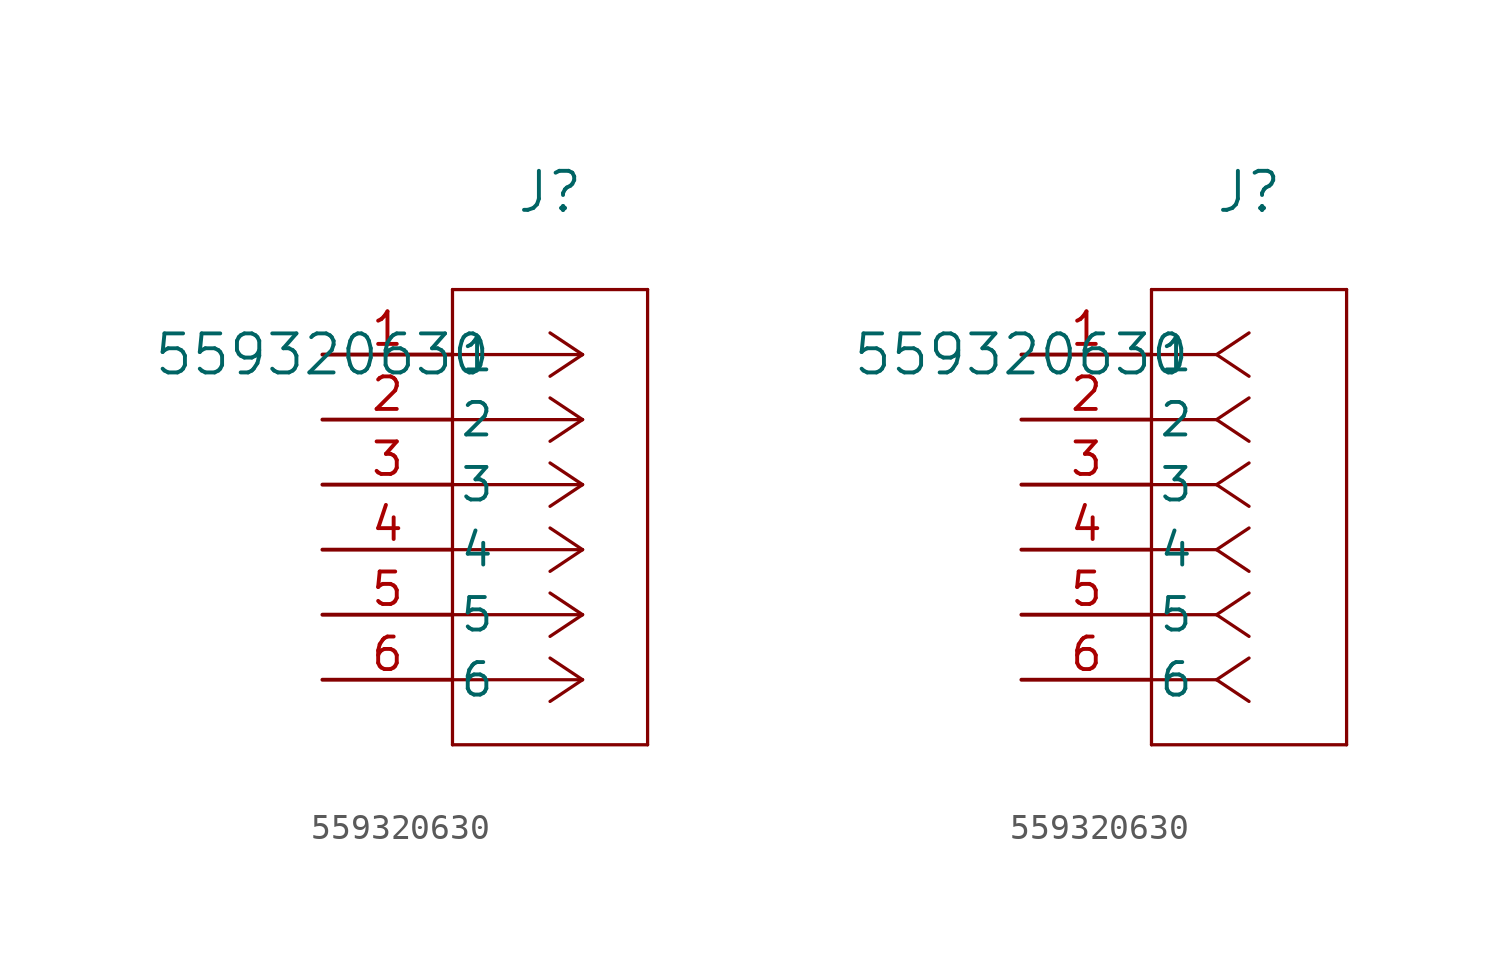
<source format=kicad_sym>
(kicad_symbol_lib
  (version 20211014)
  (generator kicad_symbol_editor)
  (symbol "559320630"
    (pin_names
      (offset 0.254))
    (property "Reference" "J"
      (at 8.89 6.35 0)
      (effects (font (size 1.524 1.524))))
    (property "Value" "559320630"
      (at 0 0 0)
      (effects (font (size 1.524 1.524))))
    (symbol "559320630_1_1"
      (polyline (pts (xy 10.16 0) (xy 5.08 0)) (stroke (width 0.127) (type default) (color 0 0 0 0)) (fill (type none)))
      (polyline (pts (xy 10.16 -2.54) (xy 5.08 -2.54)) (stroke (width 0.127) (type default) (color 0 0 0 0)) (fill (type none)))
      (polyline (pts (xy 10.16 -5.08) (xy 5.08 -5.08)) (stroke (width 0.127) (type default) (color 0 0 0 0)) (fill (type none)))
      (polyline (pts (xy 10.16 -7.62) (xy 5.08 -7.62)) (stroke (width 0.127) (type default) (color 0 0 0 0)) (fill (type none)))
      (polyline (pts (xy 10.16 -10.16) (xy 5.08 -10.16)) (stroke (width 0.127) (type default) (color 0 0 0 0)) (fill (type none)))
      (polyline (pts (xy 10.16 -12.7) (xy 5.08 -12.7)) (stroke (width 0.127) (type default) (color 0 0 0 0)) (fill (type none)))
      (polyline (pts (xy 10.16 0) (xy 8.89 0.847)) (stroke (width 0.127) (type default) (color 0 0 0 0)) (fill (type none)))
      (polyline (pts (xy 10.16 -2.54) (xy 8.89 -1.693)) (stroke (width 0.127) (type default) (color 0 0 0 0)) (fill (type none)))
      (polyline (pts (xy 10.16 -5.08) (xy 8.89 -4.233)) (stroke (width 0.127) (type default) (color 0 0 0 0)) (fill (type none)))
      (polyline (pts (xy 10.16 -7.62) (xy 8.89 -6.773)) (stroke (width 0.127) (type default) (color 0 0 0 0)) (fill (type none)))
      (polyline (pts (xy 10.16 -10.16) (xy 8.89 -9.313)) (stroke (width 0.127) (type default) (color 0 0 0 0)) (fill (type none)))
      (polyline (pts (xy 10.16 -12.7) (xy 8.89 -11.853)) (stroke (width 0.127) (type default) (color 0 0 0 0)) (fill (type none)))
      (polyline (pts (xy 10.16 0) (xy 8.89 -0.847)) (stroke (width 0.127) (type default) (color 0 0 0 0)) (fill (type none)))
      (polyline (pts (xy 10.16 -2.54) (xy 8.89 -3.387)) (stroke (width 0.127) (type default) (color 0 0 0 0)) (fill (type none)))
      (polyline (pts (xy 10.16 -5.08) (xy 8.89 -5.927)) (stroke (width 0.127) (type default) (color 0 0 0 0)) (fill (type none)))
      (polyline (pts (xy 10.16 -7.62) (xy 8.89 -8.467)) (stroke (width 0.127) (type default) (color 0 0 0 0)) (fill (type none)))
      (polyline (pts (xy 10.16 -10.16) (xy 8.89 -11.007)) (stroke (width 0.127) (type default) (color 0 0 0 0)) (fill (type none)))
      (polyline (pts (xy 10.16 -12.7) (xy 8.89 -13.547)) (stroke (width 0.127) (type default) (color 0 0 0 0)) (fill (type none)))
      (polyline (pts (xy 5.08 2.54) (xy 5.08 -15.24)) (stroke (width 0.127) (type default) (color 0 0 0 0)) (fill (type none)))
      (polyline (pts (xy 5.08 -15.24) (xy 12.7 -15.24)) (stroke (width 0.127) (type default) (color 0 0 0 0)) (fill (type none)))
      (polyline (pts (xy 12.7 -15.24) (xy 12.7 2.54)) (stroke (width 0.127) (type default) (color 0 0 0 0)) (fill (type none)))
      (polyline (pts (xy 12.7 2.54) (xy 5.08 2.54)) (stroke (width 0.127) (type default) (color 0 0 0 0)) (fill (type none)))
      (pin unspecified line (at 0 0 0) (length 5.08) (name "1" (effects (font (size 1.27 1.27)))) (number "1" (effects (font (size 1.27 1.27)))))
      (pin unspecified line (at 0 -2.54 0) (length 5.08) (name "2" (effects (font (size 1.27 1.27)))) (number "2" (effects (font (size 1.27 1.27)))))
      (pin unspecified line (at 0 -5.08 0) (length 5.08) (name "3" (effects (font (size 1.27 1.27)))) (number "3" (effects (font (size 1.27 1.27)))))
      (pin unspecified line (at 0 -7.62 0) (length 5.08) (name "4" (effects (font (size 1.27 1.27)))) (number "4" (effects (font (size 1.27 1.27)))))
      (pin unspecified line (at 0 -10.16 0) (length 5.08) (name "5" (effects (font (size 1.27 1.27)))) (number "5" (effects (font (size 1.27 1.27)))))
      (pin unspecified line (at 0 -12.7 0) (length 5.08) (name "6" (effects (font (size 1.27 1.27)))) (number "6" (effects (font (size 1.27 1.27))))))
    (symbol "559320630_1_2"
      (polyline (pts (xy 7.62 0) (xy 5.08 0)) (stroke (width 0.127) (type default) (color 0 0 0 0)) (fill (type none)))
      (polyline (pts (xy 7.62 -2.54) (xy 5.08 -2.54)) (stroke (width 0.127) (type default) (color 0 0 0 0)) (fill (type none)))
      (polyline (pts (xy 7.62 -5.08) (xy 5.08 -5.08)) (stroke (width 0.127) (type default) (color 0 0 0 0)) (fill (type none)))
      (polyline (pts (xy 7.62 -7.62) (xy 5.08 -7.62)) (stroke (width 0.127) (type default) (color 0 0 0 0)) (fill (type none)))
      (polyline (pts (xy 7.62 -10.16) (xy 5.08 -10.16)) (stroke (width 0.127) (type default) (color 0 0 0 0)) (fill (type none)))
      (polyline (pts (xy 7.62 -12.7) (xy 5.08 -12.7)) (stroke (width 0.127) (type default) (color 0 0 0 0)) (fill (type none)))
      (polyline (pts (xy 7.62 0) (xy 8.89 0.847)) (stroke (width 0.127) (type default) (color 0 0 0 0)) (fill (type none)))
      (polyline (pts (xy 7.62 -2.54) (xy 8.89 -1.693)) (stroke (width 0.127) (type default) (color 0 0 0 0)) (fill (type none)))
      (polyline (pts (xy 7.62 -5.08) (xy 8.89 -4.233)) (stroke (width 0.127) (type default) (color 0 0 0 0)) (fill (type none)))
      (polyline (pts (xy 7.62 -7.62) (xy 8.89 -6.773)) (stroke (width 0.127) (type default) (color 0 0 0 0)) (fill (type none)))
      (polyline (pts (xy 7.62 -10.16) (xy 8.89 -9.313)) (stroke (width 0.127) (type default) (color 0 0 0 0)) (fill (type none)))
      (polyline (pts (xy 7.62 -12.7) (xy 8.89 -11.853)) (stroke (width 0.127) (type default) (color 0 0 0 0)) (fill (type none)))
      (polyline (pts (xy 7.62 0) (xy 8.89 -0.847)) (stroke (width 0.127) (type default) (color 0 0 0 0)) (fill (type none)))
      (polyline (pts (xy 7.62 -2.54) (xy 8.89 -3.387)) (stroke (width 0.127) (type default) (color 0 0 0 0)) (fill (type none)))
      (polyline (pts (xy 7.62 -5.08) (xy 8.89 -5.927)) (stroke (width 0.127) (type default) (color 0 0 0 0)) (fill (type none)))
      (polyline (pts (xy 7.62 -7.62) (xy 8.89 -8.467)) (stroke (width 0.127) (type default) (color 0 0 0 0)) (fill (type none)))
      (polyline (pts (xy 7.62 -10.16) (xy 8.89 -11.007)) (stroke (width 0.127) (type default) (color 0 0 0 0)) (fill (type none)))
      (polyline (pts (xy 7.62 -12.7) (xy 8.89 -13.547)) (stroke (width 0.127) (type default) (color 0 0 0 0)) (fill (type none)))
      (polyline (pts (xy 5.08 2.54) (xy 5.08 -15.24)) (stroke (width 0.127) (type default) (color 0 0 0 0)) (fill (type none)))
      (polyline (pts (xy 5.08 -15.24) (xy 12.7 -15.24)) (stroke (width 0.127) (type default) (color 0 0 0 0)) (fill (type none)))
      (polyline (pts (xy 12.7 -15.24) (xy 12.7 2.54)) (stroke (width 0.127) (type default) (color 0 0 0 0)) (fill (type none)))
      (polyline (pts (xy 12.7 2.54) (xy 5.08 2.54)) (stroke (width 0.127) (type default) (color 0 0 0 0)) (fill (type none)))
      (pin unspecified line (at 0 0 0) (length 5.08) (name "1" (effects (font (size 1.27 1.27)))) (number "1" (effects (font (size 1.27 1.27)))))
      (pin unspecified line (at 0 -2.54 0) (length 5.08) (name "2" (effects (font (size 1.27 1.27)))) (number "2" (effects (font (size 1.27 1.27)))))
      (pin unspecified line (at 0 -5.08 0) (length 5.08) (name "3" (effects (font (size 1.27 1.27)))) (number "3" (effects (font (size 1.27 1.27)))))
      (pin unspecified line (at 0 -7.62 0) (length 5.08) (name "4" (effects (font (size 1.27 1.27)))) (number "4" (effects (font (size 1.27 1.27)))))
      (pin unspecified line (at 0 -10.16 0) (length 5.08) (name "5" (effects (font (size 1.27 1.27)))) (number "5" (effects (font (size 1.27 1.27)))))
      (pin unspecified line (at 0 -12.7 0) (length 5.08) (name "6" (effects (font (size 1.27 1.27)))) (number "6" (effects (font (size 1.27 1.27))))))))
</source>
